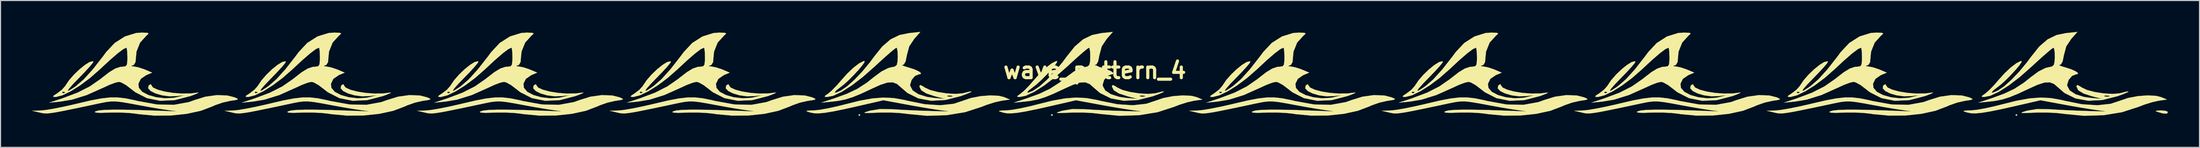
<source format=kicad_pcb>
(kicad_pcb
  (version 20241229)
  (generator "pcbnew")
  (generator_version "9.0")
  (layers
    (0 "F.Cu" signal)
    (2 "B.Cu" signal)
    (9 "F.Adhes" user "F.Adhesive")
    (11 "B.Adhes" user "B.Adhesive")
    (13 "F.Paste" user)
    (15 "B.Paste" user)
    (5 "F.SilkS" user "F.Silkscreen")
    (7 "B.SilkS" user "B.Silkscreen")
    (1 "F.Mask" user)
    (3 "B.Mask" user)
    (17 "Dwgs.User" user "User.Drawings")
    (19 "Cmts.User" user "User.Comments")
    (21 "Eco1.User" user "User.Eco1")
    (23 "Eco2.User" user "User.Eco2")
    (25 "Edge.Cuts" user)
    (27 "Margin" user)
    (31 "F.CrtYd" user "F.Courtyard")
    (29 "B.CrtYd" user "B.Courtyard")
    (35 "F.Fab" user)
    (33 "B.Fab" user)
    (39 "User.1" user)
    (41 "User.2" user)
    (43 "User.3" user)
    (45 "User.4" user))
  (footprint "wave_pattern_4"
    (layer "F.Cu")
    (at 101.151 3.694)
    (property "Reference" "wave_pattern_4" (at 0 0 0) (layer "F.SilkS") (effects (font (size 1.524 1.524) (thickness 0.3))))
    (attr through_hole)
    (fp_poly (pts (xy -22.316 4.264) (xy -22.406 4.354) (xy -22.497 4.264) (xy -22.406 4.173) (xy -22.316 4.264)) (stroke (width 0.01) (type solid)) (fill yes) (layer "F.SilkS"))
    (fp_poly (pts (xy -3.991 4.264) (xy -4.082 4.354) (xy -4.173 4.264) (xy -4.082 4.173) (xy -3.991 4.264)) (stroke (width 0.01) (type solid)) (fill yes) (layer "F.SilkS"))
    (fp_poly (pts (xy 87.811 4.264) (xy 87.721 4.354) (xy 87.63 4.264) (xy 87.721 4.173) (xy 87.811 4.264)) (stroke (width 0.01) (type solid)) (fill yes) (layer "F.SilkS"))
    (fp_poly (pts (xy 101.901 3.859) (xy 102.133 3.959) (xy 102.144 3.991) (xy 102.031 4.137) (xy 101.666 4.111) (xy 101.237 3.991) (xy 100.985 3.897) (xy 101.03 3.851) (xy 101.405 3.83) (xy 101.464 3.828) (xy 101.901 3.859)) (stroke (width 0.01) (type solid)) (fill yes) (layer "F.SilkS"))
    (fp_poly (pts (xy -9.109 2.429) (xy -8.618 2.555) (xy -8.074 2.785) (xy -8.89 2.902) (xy -9.512 3.042) (xy -10.266 3.282) (xy -10.795 3.488) (xy -12.353 3.995) (xy -14.11 4.282) (xy -15.971 4.339) (xy -17.84 4.159) (xy -17.961 4.139) (xy -18.623 4.066) (xy -19.484 4.027) (xy -20.384 4.028) (xy -20.592 4.035) (xy -21.356 4.065) (xy -21.793 4.072) (xy -21.936 4.048) (xy -21.82 3.985) (xy -21.48 3.876) (xy -21.409 3.854) (xy -20.444 3.692) (xy -19.231 3.711) (xy -18.498 3.759) (xy -17.532 3.808) (xy -16.464 3.853) (xy -15.512 3.884) (xy -14.728 3.904) (xy -14.184 3.911) (xy -13.915 3.906) (xy -13.959 3.889) (xy -14.061 3.88) (xy -14.576 3.82) (xy -15.351 3.705) (xy -16.291 3.552) (xy -17.299 3.374) (xy -17.542 3.329) (xy -20.117 2.851) (xy -22.532 3.409) (xy -23.86 3.708) (xy -24.891 3.919) (xy -25.676 4.05) (xy -26.269 4.106) (xy -26.72 4.095) (xy -27.084 4.024) (xy -27.124 4.012) (xy -27.412 3.912) (xy -27.43 3.859) (xy -27.142 3.834) (xy -26.761 3.825) (xy -26.206 3.77) (xy -25.42 3.633) (xy -24.521 3.436) (xy -23.858 3.267) (xy -22.393 2.9) (xy -21.174 2.677) (xy -20.115 2.593) (xy -19.131 2.642) (xy -18.134 2.82) (xy -17.78 2.908) (xy -16.161 3.235) (xy -14.698 3.329) (xy -13.434 3.191) (xy -12.609 2.919) (xy -11.809 2.642) (xy -10.877 2.46) (xy -9.936 2.386) (xy -9.109 2.429)) (stroke (width 0.01) (type solid)) (fill yes) (layer "F.SilkS"))
    (fp_poly (pts (xy 9.215 2.429) (xy 9.706 2.555) (xy 10.251 2.785) (xy 9.434 2.902) (xy 8.812 3.042) (xy 8.058 3.282) (xy 7.529 3.488) (xy 5.972 3.995) (xy 4.215 4.282) (xy 2.354 4.339) (xy 0.484 4.159) (xy 0.363 4.139) (xy -0.298 4.066) (xy -1.16 4.027) (xy -2.06 4.028) (xy -2.268 4.035) (xy -3.032 4.065) (xy -3.469 4.072) (xy -3.611 4.048) (xy -3.496 3.985) (xy -3.156 3.876) (xy -3.084 3.854) (xy -2.119 3.692) (xy -0.907 3.711) (xy -0.174 3.759) (xy 0.792 3.808) (xy 1.86 3.853) (xy 2.812 3.884) (xy 3.596 3.904) (xy 4.141 3.911) (xy 4.409 3.906) (xy 4.365 3.889) (xy 4.264 3.88) (xy 3.749 3.82) (xy 2.973 3.705) (xy 2.033 3.552) (xy 1.025 3.374) (xy 0.782 3.329) (xy -1.793 2.851) (xy -4.207 3.409) (xy -5.536 3.708) (xy -6.567 3.919) (xy -7.352 4.05) (xy -7.944 4.106) (xy -8.396 4.095) (xy -8.76 4.024) (xy -8.799 4.012) (xy -9.088 3.912) (xy -9.106 3.859) (xy -8.818 3.834) (xy -8.436 3.825) (xy -7.881 3.77) (xy -7.096 3.633) (xy -6.197 3.436) (xy -5.534 3.267) (xy -4.069 2.9) (xy -2.85 2.677) (xy -1.791 2.593) (xy -0.806 2.642) (xy 0.19 2.82) (xy 0.544 2.908) (xy 2.163 3.235) (xy 3.627 3.329) (xy 4.89 3.191) (xy 5.715 2.919) (xy 6.515 2.642) (xy 7.447 2.46) (xy 8.388 2.386) (xy 9.215 2.429)) (stroke (width 0.01) (type solid)) (fill yes) (layer "F.SilkS"))
    (fp_poly (pts (xy 101.018 2.429) (xy 101.509 2.555) (xy 102.054 2.785) (xy 101.237 2.902) (xy 100.615 3.042) (xy 99.861 3.282) (xy 99.332 3.488) (xy 97.774 3.995) (xy 96.017 4.282) (xy 94.156 4.339) (xy 92.287 4.159) (xy 92.166 4.139) (xy 91.504 4.066) (xy 90.643 4.027) (xy 89.743 4.028) (xy 89.535 4.035) (xy 88.771 4.065) (xy 88.334 4.072) (xy 88.191 4.048) (xy 88.307 3.985) (xy 88.647 3.876) (xy 88.719 3.854) (xy 89.683 3.692) (xy 90.896 3.711) (xy 91.629 3.759) (xy 92.595 3.808) (xy 93.663 3.853) (xy 94.615 3.884) (xy 95.399 3.904) (xy 95.943 3.911) (xy 96.212 3.906) (xy 96.168 3.889) (xy 96.066 3.88) (xy 95.551 3.82) (xy 94.776 3.705) (xy 93.836 3.552) (xy 92.828 3.374) (xy 92.585 3.329) (xy 90.01 2.851) (xy 87.595 3.409) (xy 86.267 3.708) (xy 85.236 3.919) (xy 84.451 4.05) (xy 83.859 4.106) (xy 83.407 4.095) (xy 83.043 4.024) (xy 83.004 4.012) (xy 82.715 3.912) (xy 82.697 3.859) (xy 82.985 3.834) (xy 83.366 3.825) (xy 83.922 3.77) (xy 84.707 3.633) (xy 85.606 3.436) (xy 86.269 3.267) (xy 87.734 2.9) (xy 88.953 2.677) (xy 90.012 2.593) (xy 90.997 2.642) (xy 91.993 2.82) (xy 92.347 2.908) (xy 93.966 3.235) (xy 95.43 3.329) (xy 96.693 3.191) (xy 97.518 2.919) (xy 98.318 2.642) (xy 99.25 2.46) (xy 100.191 2.386) (xy 101.018 2.429)) (stroke (width 0.01) (type solid)) (fill yes) (layer "F.SilkS"))
    (fp_poly (pts (xy -82.582 2.393) (xy -81.881 2.57) (xy -81.599 2.697) (xy -81.562 2.775) (xy -81.81 2.839) (xy -82.282 2.908) (xy -83.021 3.075) (xy -83.77 3.339) (xy -83.979 3.436) (xy -85.079 3.857) (xy -86.426 4.151) (xy -87.927 4.309) (xy -89.485 4.322) (xy -91.006 4.18) (xy -91.259 4.139) (xy -91.926 4.065) (xy -92.79 4.026) (xy -93.683 4.029) (xy -93.85 4.035) (xy -94.627 4.056) (xy -95.064 4.037) (xy -95.183 3.975) (xy -95.12 3.922) (xy -94.826 3.834) (xy -94.293 3.778) (xy -93.497 3.751) (xy -92.412 3.754) (xy -91.015 3.787) (xy -89.281 3.849) (xy -89.263 3.849) (xy -88.419 3.881) (xy -87.804 3.899) (xy -87.455 3.903) (xy -87.408 3.892) (xy -87.539 3.879) (xy -88.061 3.816) (xy -88.84 3.697) (xy -89.776 3.54) (xy -90.769 3.359) (xy -90.917 3.331) (xy -91.912 3.144) (xy -92.637 3.023) (xy -93.181 2.964) (xy -93.63 2.963) (xy -94.071 3.015) (xy -94.591 3.116) (xy -94.727 3.145) (xy -96.182 3.456) (xy -97.326 3.697) (xy -98.205 3.876) (xy -98.862 4.001) (xy -99.343 4.076) (xy -99.691 4.111) (xy -99.952 4.111) (xy -100.17 4.084) (xy -100.389 4.036) (xy -100.421 4.028) (xy -101.146 3.854) (xy -100.295 3.832) (xy -99.807 3.78) (xy -99.06 3.654) (xy -98.144 3.47) (xy -97.151 3.246) (xy -96.857 3.175) (xy -95.592 2.878) (xy -94.587 2.683) (xy -93.752 2.586) (xy -93.001 2.584) (xy -92.246 2.672) (xy -91.398 2.847) (xy -91.077 2.925) (xy -89.265 3.254) (xy -87.653 3.289) (xy -86.228 3.029) (xy -85.683 2.833) (xy -84.653 2.511) (xy -83.579 2.361) (xy -82.582 2.393)) (stroke (width 0.01) (type solid)) (fill yes) (layer "F.SilkS"))
    (fp_poly (pts (xy -64.257 2.393) (xy -63.557 2.57) (xy -63.275 2.697) (xy -63.238 2.775) (xy -63.486 2.839) (xy -63.957 2.908) (xy -64.697 3.075) (xy -65.446 3.339) (xy -65.655 3.436) (xy -66.754 3.857) (xy -68.102 4.151) (xy -69.602 4.309) (xy -71.161 4.322) (xy -72.682 4.18) (xy -72.934 4.139) (xy -73.602 4.065) (xy -74.465 4.026) (xy -75.358 4.029) (xy -75.526 4.035) (xy -76.303 4.056) (xy -76.74 4.037) (xy -76.859 3.975) (xy -76.796 3.922) (xy -76.502 3.834) (xy -75.969 3.778) (xy -75.172 3.751) (xy -74.088 3.754) (xy -72.691 3.787) (xy -70.956 3.849) (xy -70.939 3.849) (xy -70.095 3.881) (xy -69.48 3.899) (xy -69.131 3.903) (xy -69.084 3.892) (xy -69.215 3.879) (xy -69.737 3.816) (xy -70.516 3.697) (xy -71.451 3.54) (xy -72.445 3.359) (xy -72.593 3.331) (xy -73.587 3.144) (xy -74.313 3.023) (xy -74.857 2.964) (xy -75.306 2.963) (xy -75.747 3.015) (xy -76.267 3.116) (xy -76.403 3.145) (xy -77.857 3.456) (xy -79.002 3.697) (xy -79.88 3.876) (xy -80.538 4.001) (xy -81.018 4.076) (xy -81.367 4.111) (xy -81.628 4.111) (xy -81.845 4.084) (xy -82.064 4.036) (xy -82.096 4.028) (xy -82.822 3.854) (xy -81.971 3.832) (xy -81.483 3.78) (xy -80.736 3.654) (xy -79.82 3.47) (xy -78.827 3.246) (xy -78.533 3.175) (xy -77.268 2.878) (xy -76.262 2.683) (xy -75.428 2.586) (xy -74.677 2.584) (xy -73.921 2.672) (xy -73.074 2.847) (xy -72.753 2.925) (xy -70.941 3.254) (xy -69.329 3.289) (xy -67.904 3.029) (xy -67.359 2.833) (xy -66.329 2.511) (xy -65.254 2.361) (xy -64.257 2.393)) (stroke (width 0.01) (type solid)) (fill yes) (layer "F.SilkS"))
    (fp_poly (pts (xy -45.933 2.393) (xy -45.233 2.57) (xy -44.951 2.697) (xy -44.913 2.775) (xy -45.161 2.839) (xy -45.633 2.908) (xy -46.372 3.075) (xy -47.122 3.339) (xy -47.331 3.436) (xy -48.43 3.857) (xy -49.778 4.151) (xy -51.278 4.309) (xy -52.837 4.322) (xy -54.358 4.18) (xy -54.61 4.139) (xy -55.278 4.065) (xy -56.141 4.026) (xy -57.034 4.029) (xy -57.202 4.035) (xy -57.978 4.056) (xy -58.416 4.037) (xy -58.535 3.975) (xy -58.472 3.922) (xy -58.178 3.834) (xy -57.645 3.778) (xy -56.848 3.751) (xy -55.763 3.754) (xy -54.366 3.787) (xy -52.632 3.849) (xy -52.614 3.849) (xy -51.771 3.881) (xy -51.156 3.899) (xy -50.806 3.903) (xy -50.76 3.892) (xy -50.891 3.879) (xy -51.413 3.816) (xy -52.191 3.697) (xy -53.127 3.54) (xy -54.121 3.359) (xy -54.268 3.331) (xy -55.263 3.144) (xy -55.989 3.023) (xy -56.533 2.964) (xy -56.982 2.963) (xy -57.423 3.015) (xy -57.943 3.116) (xy -58.078 3.145) (xy -59.533 3.456) (xy -60.677 3.697) (xy -61.556 3.876) (xy -62.213 4.001) (xy -62.694 4.076) (xy -63.042 4.111) (xy -63.303 4.111) (xy -63.521 4.084) (xy -63.74 4.036) (xy -63.772 4.028) (xy -64.498 3.854) (xy -63.646 3.832) (xy -63.159 3.78) (xy -62.412 3.654) (xy -61.496 3.47) (xy -60.503 3.246) (xy -60.209 3.175) (xy -58.944 2.878) (xy -57.938 2.683) (xy -57.104 2.586) (xy -56.353 2.584) (xy -55.597 2.672) (xy -54.749 2.847) (xy -54.429 2.925) (xy -52.616 3.254) (xy -51.004 3.289) (xy -49.579 3.029) (xy -49.035 2.833) (xy -48.005 2.511) (xy -46.93 2.361) (xy -45.933 2.393)) (stroke (width 0.01) (type solid)) (fill yes) (layer "F.SilkS"))
    (fp_poly (pts (xy -27.609 2.393) (xy -26.909 2.57) (xy -26.626 2.697) (xy -26.589 2.775) (xy -26.837 2.839) (xy -27.309 2.908) (xy -28.048 3.075) (xy -28.797 3.339) (xy -29.006 3.436) (xy -30.106 3.857) (xy -31.453 4.151) (xy -32.954 4.309) (xy -34.512 4.322) (xy -36.033 4.18) (xy -36.286 4.139) (xy -36.953 4.065) (xy -37.817 4.026) (xy -38.71 4.029) (xy -38.878 4.035) (xy -39.654 4.056) (xy -40.091 4.037) (xy -40.211 3.975) (xy -40.148 3.922) (xy -39.853 3.834) (xy -39.32 3.778) (xy -38.524 3.751) (xy -37.439 3.754) (xy -36.042 3.787) (xy -34.308 3.849) (xy -34.29 3.849) (xy -33.447 3.881) (xy -32.832 3.899) (xy -32.482 3.903) (xy -32.436 3.892) (xy -32.566 3.879) (xy -33.088 3.816) (xy -33.867 3.697) (xy -34.803 3.54) (xy -35.797 3.359) (xy -35.944 3.331) (xy -36.939 3.144) (xy -37.665 3.023) (xy -38.208 2.964) (xy -38.657 2.963) (xy -39.098 3.015) (xy -39.618 3.116) (xy -39.754 3.145) (xy -41.209 3.456) (xy -42.353 3.697) (xy -43.232 3.876) (xy -43.889 4.001) (xy -44.37 4.076) (xy -44.718 4.111) (xy -44.979 4.111) (xy -45.197 4.084) (xy -45.416 4.036) (xy -45.448 4.028) (xy -46.174 3.854) (xy -45.322 3.832) (xy -44.835 3.78) (xy -44.087 3.654) (xy -43.172 3.47) (xy -42.178 3.246) (xy -41.884 3.175) (xy -40.62 2.878) (xy -39.614 2.683) (xy -38.779 2.586) (xy -38.028 2.584) (xy -37.273 2.672) (xy -36.425 2.847) (xy -36.104 2.925) (xy -34.292 3.254) (xy -32.68 3.289) (xy -31.255 3.029) (xy -30.71 2.833) (xy -29.68 2.511) (xy -28.606 2.361) (xy -27.609 2.393)) (stroke (width 0.01) (type solid)) (fill yes) (layer "F.SilkS"))
    (fp_poly (pts (xy 27.545 2.393) (xy 28.246 2.57) (xy 28.528 2.697) (xy 28.565 2.775) (xy 28.317 2.839) (xy 27.845 2.908) (xy 27.106 3.075) (xy 26.357 3.339) (xy 26.148 3.436) (xy 25.049 3.857) (xy 23.701 4.151) (xy 22.2 4.309) (xy 20.642 4.322) (xy 19.121 4.18) (xy 18.869 4.139) (xy 18.201 4.065) (xy 17.338 4.026) (xy 16.445 4.029) (xy 16.277 4.035) (xy 15.5 4.056) (xy 15.063 4.037) (xy 14.944 3.975) (xy 15.007 3.922) (xy 15.301 3.834) (xy 15.834 3.778) (xy 16.631 3.751) (xy 17.715 3.754) (xy 19.112 3.787) (xy 20.846 3.849) (xy 20.864 3.849) (xy 21.708 3.881) (xy 22.323 3.899) (xy 22.672 3.903) (xy 22.719 3.892) (xy 22.588 3.879) (xy 22.066 3.816) (xy 21.287 3.697) (xy 20.351 3.54) (xy 19.358 3.359) (xy 19.21 3.331) (xy 18.215 3.144) (xy 17.49 3.023) (xy 16.946 2.964) (xy 16.497 2.963) (xy 16.056 3.015) (xy 15.536 3.116) (xy 15.4 3.145) (xy 13.946 3.456) (xy 12.801 3.697) (xy 11.923 3.876) (xy 11.265 4.001) (xy 10.785 4.076) (xy 10.436 4.111) (xy 10.175 4.111) (xy 9.958 4.084) (xy 9.739 4.036) (xy 9.706 4.028) (xy 8.981 3.854) (xy 9.832 3.832) (xy 10.32 3.78) (xy 11.067 3.654) (xy 11.983 3.47) (xy 12.976 3.246) (xy 13.27 3.175) (xy 14.535 2.878) (xy 15.54 2.683) (xy 16.375 2.586) (xy 17.126 2.584) (xy 17.881 2.672) (xy 18.729 2.847) (xy 19.05 2.925) (xy 20.862 3.254) (xy 22.474 3.289) (xy 23.899 3.029) (xy 24.444 2.833) (xy 25.474 2.511) (xy 26.548 2.361) (xy 27.545 2.393)) (stroke (width 0.01) (type solid)) (fill yes) (layer "F.SilkS"))
    (fp_poly (pts (xy 45.87 2.393) (xy 46.57 2.57) (xy 46.852 2.697) (xy 46.889 2.775) (xy 46.642 2.839) (xy 46.17 2.908) (xy 45.43 3.075) (xy 44.681 3.339) (xy 44.472 3.436) (xy 43.373 3.857) (xy 42.025 4.151) (xy 40.525 4.309) (xy 38.966 4.322) (xy 37.445 4.18) (xy 37.193 4.139) (xy 36.525 4.065) (xy 35.662 4.026) (xy 34.769 4.029) (xy 34.601 4.035) (xy 33.824 4.056) (xy 33.387 4.037) (xy 33.268 3.975) (xy 33.331 3.922) (xy 33.625 3.834) (xy 34.158 3.778) (xy 34.955 3.751) (xy 36.04 3.754) (xy 37.437 3.787) (xy 39.171 3.849) (xy 39.189 3.849) (xy 40.032 3.881) (xy 40.647 3.899) (xy 40.997 3.903) (xy 41.043 3.892) (xy 40.912 3.879) (xy 40.39 3.816) (xy 39.612 3.697) (xy 38.676 3.54) (xy 37.682 3.359) (xy 37.534 3.331) (xy 36.54 3.144) (xy 35.814 3.023) (xy 35.27 2.964) (xy 34.821 2.963) (xy 34.38 3.015) (xy 33.86 3.116) (xy 33.724 3.145) (xy 32.27 3.456) (xy 31.125 3.697) (xy 30.247 3.876) (xy 29.59 4.001) (xy 29.109 4.076) (xy 28.76 4.111) (xy 28.5 4.111) (xy 28.282 4.084) (xy 28.063 4.036) (xy 28.031 4.028) (xy 27.305 3.854) (xy 28.157 3.832) (xy 28.644 3.78) (xy 29.391 3.654) (xy 30.307 3.47) (xy 31.3 3.246) (xy 31.594 3.175) (xy 32.859 2.878) (xy 33.865 2.683) (xy 34.699 2.586) (xy 35.45 2.584) (xy 36.206 2.672) (xy 37.053 2.847) (xy 37.374 2.925) (xy 39.186 3.254) (xy 40.799 3.289) (xy 42.223 3.029) (xy 42.768 2.833) (xy 43.798 2.511) (xy 44.873 2.361) (xy 45.87 2.393)) (stroke (width 0.01) (type solid)) (fill yes) (layer "F.SilkS"))
    (fp_poly (pts (xy 64.194 2.393) (xy 64.894 2.57) (xy 65.177 2.697) (xy 65.214 2.775) (xy 64.966 2.839) (xy 64.494 2.908) (xy 63.755 3.075) (xy 63.005 3.339) (xy 62.797 3.436) (xy 61.697 3.857) (xy 60.35 4.151) (xy 58.849 4.309) (xy 57.291 4.322) (xy 55.769 4.18) (xy 55.517 4.139) (xy 54.849 4.065) (xy 53.986 4.026) (xy 53.093 4.029) (xy 52.925 4.035) (xy 52.149 4.056) (xy 51.711 4.037) (xy 51.592 3.975) (xy 51.655 3.922) (xy 51.949 3.834) (xy 52.483 3.778) (xy 53.279 3.751) (xy 54.364 3.754) (xy 55.761 3.787) (xy 57.495 3.849) (xy 57.513 3.849) (xy 58.356 3.881) (xy 58.971 3.899) (xy 59.321 3.903) (xy 59.367 3.892) (xy 59.236 3.879) (xy 58.714 3.816) (xy 57.936 3.697) (xy 57 3.54) (xy 56.006 3.359) (xy 55.859 3.331) (xy 54.864 3.144) (xy 54.138 3.023) (xy 53.595 2.964) (xy 53.146 2.963) (xy 52.705 3.015) (xy 52.185 3.116) (xy 52.049 3.145) (xy 50.594 3.456) (xy 49.45 3.697) (xy 48.571 3.876) (xy 47.914 4.001) (xy 47.433 4.076) (xy 47.085 4.111) (xy 46.824 4.111) (xy 46.606 4.084) (xy 46.387 4.036) (xy 46.355 4.028) (xy 45.629 3.854) (xy 46.481 3.832) (xy 46.968 3.78) (xy 47.715 3.654) (xy 48.631 3.47) (xy 49.625 3.246) (xy 49.918 3.175) (xy 51.183 2.878) (xy 52.189 2.683) (xy 53.023 2.586) (xy 53.775 2.584) (xy 54.53 2.672) (xy 55.378 2.847) (xy 55.699 2.925) (xy 57.511 3.254) (xy 59.123 3.289) (xy 60.548 3.029) (xy 61.092 2.833) (xy 62.122 2.511) (xy 63.197 2.361) (xy 64.194 2.393)) (stroke (width 0.01) (type solid)) (fill yes) (layer "F.SilkS"))
    (fp_poly (pts (xy 82.518 2.393) (xy 83.219 2.57) (xy 83.501 2.697) (xy 83.538 2.775) (xy 83.29 2.839) (xy 82.818 2.908) (xy 82.079 3.075) (xy 81.33 3.339) (xy 81.121 3.436) (xy 80.021 3.857) (xy 78.674 4.151) (xy 77.173 4.309) (xy 75.615 4.322) (xy 74.094 4.18) (xy 73.841 4.139) (xy 73.174 4.065) (xy 72.31 4.026) (xy 71.417 4.029) (xy 71.25 4.035) (xy 70.473 4.056) (xy 70.036 4.037) (xy 69.917 3.975) (xy 69.98 3.922) (xy 70.274 3.834) (xy 70.807 3.778) (xy 71.603 3.751) (xy 72.688 3.754) (xy 74.085 3.787) (xy 75.819 3.849) (xy 75.837 3.849) (xy 76.681 3.881) (xy 77.296 3.899) (xy 77.645 3.903) (xy 77.692 3.892) (xy 77.561 3.879) (xy 77.039 3.816) (xy 76.26 3.697) (xy 75.324 3.54) (xy 74.331 3.359) (xy 74.183 3.331) (xy 73.188 3.144) (xy 72.463 3.023) (xy 71.919 2.964) (xy 71.47 2.963) (xy 71.029 3.015) (xy 70.509 3.116) (xy 70.373 3.145) (xy 68.918 3.456) (xy 67.774 3.697) (xy 66.895 3.876) (xy 66.238 4.001) (xy 65.757 4.076) (xy 65.409 4.111) (xy 65.148 4.111) (xy 64.93 4.084) (xy 64.711 4.036) (xy 64.679 4.028) (xy 63.954 3.854) (xy 64.805 3.832) (xy 65.293 3.78) (xy 66.04 3.654) (xy 66.956 3.47) (xy 67.949 3.246) (xy 68.243 3.175) (xy 69.508 2.878) (xy 70.513 2.683) (xy 71.348 2.586) (xy 72.099 2.584) (xy 72.854 2.672) (xy 73.702 2.847) (xy 74.023 2.925) (xy 75.835 3.254) (xy 77.447 3.289) (xy 78.872 3.029) (xy 79.417 2.833) (xy 80.447 2.511) (xy 81.521 2.361) (xy 82.518 2.393)) (stroke (width 0.01) (type solid)) (fill yes) (layer "F.SilkS"))
    (fp_poly (pts (xy -17.184 -3.025) (xy -17.661 -2.305) (xy -17.888 -1.453) (xy -17.888 -1.452) (xy -18.005 -0.862) (xy -18.17 -0.578) (xy -18.302 -0.532) (xy -18.318 -0.485) (xy -18.044 -0.379) (xy -17.724 -0.285) (xy -17.169 -0.105) (xy -16.756 0.086) (xy -16.541 0.249) (xy -16.583 0.349) (xy -16.718 0.363) (xy -17.109 0.52) (xy -17.43 0.897) (xy -17.573 1.354) (xy -17.568 1.473) (xy -17.328 1.916) (xy -16.781 2.277) (xy -15.979 2.529) (xy -15.325 2.624) (xy -14.242 2.721) (xy -15.152 2.486) (xy -14.038 2.486) (xy -13.789 2.511) (xy -13.531 2.483) (xy -13.562 2.42) (xy -13.933 2.396) (xy -14.015 2.42) (xy -14.038 2.486) (xy -15.152 2.486) (xy -15.188 2.477) (xy -16.024 2.202) (xy -16.518 1.893) (xy -16.691 1.538) (xy -16.691 1.514) (xy -16.619 1.391) (xy -16.366 1.505) (xy -16.192 1.627) (xy -15.683 1.869) (xy -14.94 2.064) (xy -14.092 2.195) (xy -13.266 2.244) (xy -12.592 2.192) (xy -12.464 2.161) (xy -11.934 2.025) (xy -11.728 2.005) (xy -11.83 2.088) (xy -12.226 2.259) (xy -12.781 2.463) (xy -14.228 2.83) (xy -15.574 2.899) (xy -16.784 2.673) (xy -17.822 2.159) (xy -18.404 1.656) (xy -18.809 1.3) (xy -19.228 1.133) (xy -19.736 1.157) (xy -20.407 1.375) (xy -21.222 1.746) (xy -22.246 2.226) (xy -23.055 2.558) (xy -23.75 2.776) (xy -24.431 2.911) (xy -24.97 2.977) (xy -26.035 3.082) (xy -24.765 2.661) (xy -23.558 2.218) (xy -22.584 1.749) (xy -21.714 1.185) (xy -21.032 0.64) (xy -20.302 0.097) (xy -19.654 -0.23) (xy -19.419 -0.292) (xy -19.036 -0.373) (xy -18.843 -0.526) (xy -18.77 -0.855) (xy -18.75 -1.286) (xy -18.763 -1.798) (xy -18.826 -2.12) (xy -18.879 -2.177) (xy -19.06 -2.059) (xy -19.452 -1.734) (xy -20.004 -1.247) (xy -20.665 -0.642) (xy -20.951 -0.375) (xy -22.076 0.62) (xy -23.135 1.435) (xy -24.087 2.044) (xy -24.892 2.42) (xy -25.474 2.539) (xy -25.706 2.519) (xy -25.664 2.422) (xy -25.382 2.221) (xy -25.026 1.918) (xy -24.555 1.433) (xy -24.101 0.907) (xy -23.533 0.271) (xy -22.944 -0.283) (xy -22.408 -0.692) (xy -21.999 -0.896) (xy -21.916 -0.907) (xy -21.917 -0.793) (xy -22.123 -0.491) (xy -22.477 -0.066) (xy -22.921 0.418) (xy -23.396 0.9) (xy -23.846 1.314) (xy -24.166 1.567) (xy -24.61 1.909) (xy -24.766 2.103) (xy -24.635 2.125) (xy -24.217 1.95) (xy -24.155 1.918) (xy -23.565 1.514) (xy -22.857 0.875) (xy -22.102 0.074) (xy -21.374 -0.813) (xy -21.024 -1.291) (xy -20.229 -2.291) (xy -19.435 -2.977) (xy -18.576 -3.394) (xy -17.68 -3.577) (xy -16.601 -3.689) (xy -17.184 -3.025)) (stroke (width 0.01) (type solid)) (fill yes) (layer "F.SilkS"))
    (fp_poly (pts (xy 1.14 -3.025) (xy 0.663 -2.305) (xy 0.437 -1.453) (xy 0.437 -1.452) (xy 0.32 -0.862) (xy 0.154 -0.578) (xy 0.022 -0.532) (xy 0.007 -0.485) (xy 0.281 -0.379) (xy 0.601 -0.285) (xy 1.155 -0.105) (xy 1.568 0.086) (xy 1.783 0.249) (xy 1.741 0.349) (xy 1.607 0.363) (xy 1.216 0.52) (xy 0.895 0.897) (xy 0.751 1.354) (xy 0.756 1.473) (xy 0.996 1.916) (xy 1.543 2.277) (xy 2.346 2.529) (xy 3 2.624) (xy 4.082 2.721) (xy 3.173 2.486) (xy 4.286 2.486) (xy 4.536 2.511) (xy 4.793 2.483) (xy 4.763 2.42) (xy 4.391 2.396) (xy 4.309 2.42) (xy 4.286 2.486) (xy 3.173 2.486) (xy 3.136 2.477) (xy 2.3 2.202) (xy 1.806 1.893) (xy 1.633 1.538) (xy 1.633 1.514) (xy 1.705 1.391) (xy 1.958 1.505) (xy 2.132 1.627) (xy 2.641 1.869) (xy 3.384 2.064) (xy 4.233 2.195) (xy 5.058 2.244) (xy 5.733 2.192) (xy 5.86 2.161) (xy 6.39 2.025) (xy 6.596 2.005) (xy 6.494 2.088) (xy 6.098 2.259) (xy 5.544 2.463) (xy 4.096 2.83) (xy 2.75 2.899) (xy 1.541 2.673) (xy 0.502 2.159) (xy -0.079 1.656) (xy -0.485 1.3) (xy -0.904 1.133) (xy -1.412 1.157) (xy -2.082 1.375) (xy -2.898 1.746) (xy -3.922 2.226) (xy -4.731 2.558) (xy -5.426 2.776) (xy -6.107 2.911) (xy -6.646 2.977) (xy -7.711 3.082) (xy -6.441 2.661) (xy -5.234 2.218) (xy -4.259 1.749) (xy -3.39 1.185) (xy -2.708 0.64) (xy -1.977 0.097) (xy -1.33 -0.23) (xy -1.095 -0.292) (xy -0.712 -0.373) (xy -0.519 -0.526) (xy -0.446 -0.855) (xy -0.426 -1.286) (xy -0.439 -1.798) (xy -0.502 -2.12) (xy -0.554 -2.177) (xy -0.735 -2.059) (xy -1.127 -1.734) (xy -1.679 -1.247) (xy -2.341 -0.642) (xy -2.626 -0.375) (xy -3.752 0.62) (xy -4.811 1.435) (xy -5.763 2.044) (xy -6.568 2.42) (xy -7.15 2.539) (xy -7.382 2.519) (xy -7.339 2.422) (xy -7.058 2.221) (xy -6.701 1.918) (xy -6.231 1.433) (xy -5.777 0.907) (xy -5.209 0.271) (xy -4.619 -0.283) (xy -4.083 -0.692) (xy -3.675 -0.896) (xy -3.591 -0.907) (xy -3.593 -0.793) (xy -3.799 -0.491) (xy -4.153 -0.066) (xy -4.596 0.418) (xy -5.072 0.9) (xy -5.522 1.314) (xy -5.842 1.567) (xy -6.286 1.909) (xy -6.442 2.103) (xy -6.31 2.125) (xy -5.893 1.95) (xy -5.831 1.918) (xy -5.241 1.514) (xy -4.533 0.875) (xy -3.778 0.074) (xy -3.049 -0.813) (xy -2.7 -1.291) (xy -1.905 -2.291) (xy -1.11 -2.977) (xy -0.252 -3.394) (xy 0.645 -3.577) (xy 1.723 -3.689) (xy 1.14 -3.025)) (stroke (width 0.01) (type solid)) (fill yes) (layer "F.SilkS"))
    (fp_poly (pts (xy 92.943 -3.025) (xy 92.466 -2.305) (xy 92.24 -1.453) (xy 92.239 -1.452) (xy 92.122 -0.862) (xy 91.957 -0.578) (xy 91.825 -0.532) (xy 91.809 -0.485) (xy 92.083 -0.379) (xy 92.404 -0.285) (xy 92.958 -0.105) (xy 93.371 0.086) (xy 93.586 0.249) (xy 93.544 0.349) (xy 93.409 0.363) (xy 93.019 0.52) (xy 92.697 0.897) (xy 92.554 1.354) (xy 92.559 1.473) (xy 92.799 1.916) (xy 93.346 2.277) (xy 94.148 2.529) (xy 94.803 2.624) (xy 95.885 2.721) (xy 94.976 2.486) (xy 96.089 2.486) (xy 96.339 2.511) (xy 96.596 2.483) (xy 96.565 2.42) (xy 96.194 2.396) (xy 96.112 2.42) (xy 96.089 2.486) (xy 94.976 2.486) (xy 94.939 2.477) (xy 94.103 2.202) (xy 93.609 1.893) (xy 93.436 1.538) (xy 93.436 1.514) (xy 93.508 1.391) (xy 93.761 1.505) (xy 93.935 1.627) (xy 94.444 1.869) (xy 95.187 2.064) (xy 96.036 2.195) (xy 96.861 2.244) (xy 97.536 2.192) (xy 97.663 2.161) (xy 98.193 2.025) (xy 98.399 2.005) (xy 98.297 2.088) (xy 97.901 2.259) (xy 97.346 2.463) (xy 95.899 2.83) (xy 94.553 2.899) (xy 93.343 2.673) (xy 92.305 2.159) (xy 91.724 1.656) (xy 91.318 1.3) (xy 90.899 1.133) (xy 90.391 1.157) (xy 89.721 1.375) (xy 88.905 1.746) (xy 87.881 2.226) (xy 87.072 2.558) (xy 86.377 2.776) (xy 85.696 2.911) (xy 85.157 2.977) (xy 84.092 3.082) (xy 85.362 2.661) (xy 86.569 2.218) (xy 87.544 1.749) (xy 88.413 1.185) (xy 89.095 0.64) (xy 89.826 0.097) (xy 90.473 -0.23) (xy 90.708 -0.292) (xy 91.091 -0.373) (xy 91.284 -0.526) (xy 91.357 -0.855) (xy 91.377 -1.286) (xy 91.364 -1.798) (xy 91.301 -2.12) (xy 91.248 -2.177) (xy 91.068 -2.059) (xy 90.676 -1.734) (xy 90.123 -1.247) (xy 89.462 -0.642) (xy 89.176 -0.375) (xy 88.051 0.62) (xy 86.992 1.435) (xy 86.04 2.044) (xy 85.235 2.42) (xy 84.653 2.539) (xy 84.421 2.519) (xy 84.463 2.422) (xy 84.745 2.221) (xy 85.102 1.918) (xy 85.572 1.433) (xy 86.026 0.907) (xy 86.594 0.271) (xy 87.183 -0.283) (xy 87.72 -0.692) (xy 88.128 -0.896) (xy 88.212 -0.907) (xy 88.21 -0.793) (xy 88.004 -0.491) (xy 87.65 -0.066) (xy 87.207 0.418) (xy 86.731 0.9) (xy 86.281 1.314) (xy 85.961 1.567) (xy 85.517 1.909) (xy 85.361 2.103) (xy 85.493 2.125) (xy 85.91 1.95) (xy 85.972 1.918) (xy 86.562 1.514) (xy 87.27 0.875) (xy 88.025 0.074) (xy 88.753 -0.813) (xy 89.103 -1.291) (xy 89.898 -2.291) (xy 90.693 -2.977) (xy 91.551 -3.394) (xy 92.448 -3.577) (xy 93.526 -3.689) (xy 92.943 -3.025)) (stroke (width 0.01) (type solid)) (fill yes) (layer "F.SilkS"))
    (fp_poly (pts (xy -90.236 -3.609) (xy -90.059 -3.558) (xy -90.138 -3.439) (xy -90.246 -3.353) (xy -90.866 -2.669) (xy -91.208 -1.811) (xy -91.257 -1.329) (xy -91.303 -0.799) (xy -91.458 -0.54) (xy -91.576 -0.488) (xy -91.734 -0.422) (xy -91.544 -0.388) (xy -91.48 -0.384) (xy -91.041 -0.3) (xy -90.491 -0.119) (xy -90.391 -0.078) (xy -89.716 0.207) (xy -90.289 0.45) (xy -90.799 0.804) (xy -91.029 1.272) (xy -90.985 1.662) (xy -90.664 2.043) (xy -90.077 2.352) (xy -89.319 2.566) (xy -88.483 2.663) (xy -87.663 2.618) (xy -87.358 2.555) (xy -86.632 2.365) (xy -87.415 2.456) (xy -88.104 2.471) (xy -88.787 2.377) (xy -89.393 2.2) (xy -89.853 1.969) (xy -90.098 1.711) (xy -90.057 1.453) (xy -90.034 1.427) (xy -89.843 1.311) (xy -89.807 1.395) (xy -89.639 1.631) (xy -89.185 1.843) (xy -88.525 2.02) (xy -87.734 2.147) (xy -86.892 2.213) (xy -86.075 2.203) (xy -85.453 2.125) (xy -85.303 2.118) (xy -85.46 2.21) (xy -85.889 2.382) (xy -86.078 2.451) (xy -87.567 2.838) (xy -88.955 2.903) (xy -90.217 2.649) (xy -91.329 2.079) (xy -91.705 1.782) (xy -92.203 1.401) (xy -92.655 1.149) (xy -92.879 1.089) (xy -93.232 1.168) (xy -93.783 1.376) (xy -94.393 1.658) (xy -95.944 2.354) (xy -97.345 2.792) (xy -98.455 2.978) (xy -99.514 3.082) (xy -98.244 2.661) (xy -96.82 2.123) (xy -95.653 1.528) (xy -94.636 0.819) (xy -94.524 0.728) (xy -93.793 0.159) (xy -93.231 -0.183) (xy -92.761 -0.341) (xy -92.495 -0.363) (xy -92.245 -0.399) (xy -92.12 -0.565) (xy -92.077 -0.954) (xy -92.074 -1.271) (xy -92.09 -1.788) (xy -92.135 -2.116) (xy -92.169 -2.177) (xy -92.467 -2.043) (xy -92.998 -1.642) (xy -93.757 -0.982) (xy -94.707 -0.095) (xy -95.63 0.717) (xy -96.573 1.426) (xy -97.472 1.993) (xy -98.263 2.376) (xy -98.883 2.537) (xy -98.953 2.539) (xy -99.152 2.511) (xy -99.076 2.397) (xy -98.754 2.186) (xy -98.584 2.056) (xy -98.274 2.056) (xy -98.249 2.164) (xy -98.153 2.177) (xy -98.004 2.111) (xy -98.032 2.056) (xy -98.247 2.034) (xy -98.274 2.056) (xy -98.584 2.056) (xy -98.306 1.843) (xy -97.987 1.478) (xy -97.968 1.445) (xy -97.629 0.938) (xy -97.162 0.401) (xy -96.636 -0.107) (xy -96.117 -0.528) (xy -95.673 -0.805) (xy -95.37 -0.878) (xy -95.312 -0.848) (xy -95.396 -0.693) (xy -95.689 -0.339) (xy -96.143 0.157) (xy -96.587 0.617) (xy -97.246 1.3) (xy -97.636 1.744) (xy -97.758 1.95) (xy -97.612 1.92) (xy -97.201 1.657) (xy -96.951 1.48) (xy -96.219 0.841) (xy -95.366 -0.105) (xy -94.381 -1.37) (xy -94.101 -1.755) (xy -93.285 -2.63) (xy -92.309 -3.254) (xy -91.254 -3.583) (xy -90.724 -3.623) (xy -90.236 -3.609)) (stroke (width 0.01) (type solid)) (fill yes) (layer "F.SilkS"))
    (fp_poly (pts (xy -71.912 -3.609) (xy -71.734 -3.558) (xy -71.813 -3.439) (xy -71.922 -3.353) (xy -72.542 -2.669) (xy -72.884 -1.811) (xy -72.933 -1.329) (xy -72.978 -0.799) (xy -73.134 -0.54) (xy -73.252 -0.488) (xy -73.409 -0.422) (xy -73.22 -0.388) (xy -73.155 -0.384) (xy -72.716 -0.3) (xy -72.167 -0.119) (xy -72.067 -0.078) (xy -71.392 0.207) (xy -71.964 0.45) (xy -72.475 0.804) (xy -72.704 1.272) (xy -72.661 1.662) (xy -72.34 2.043) (xy -71.753 2.352) (xy -70.995 2.566) (xy -70.158 2.663) (xy -69.339 2.618) (xy -69.034 2.555) (xy -68.308 2.365) (xy -69.09 2.456) (xy -69.78 2.471) (xy -70.463 2.377) (xy -71.069 2.2) (xy -71.529 1.969) (xy -71.773 1.711) (xy -71.733 1.453) (xy -71.71 1.427) (xy -71.519 1.311) (xy -71.483 1.395) (xy -71.314 1.631) (xy -70.861 1.843) (xy -70.2 2.02) (xy -69.41 2.147) (xy -68.567 2.213) (xy -67.751 2.203) (xy -67.129 2.125) (xy -66.979 2.118) (xy -67.136 2.21) (xy -67.565 2.382) (xy -67.754 2.451) (xy -69.242 2.838) (xy -70.63 2.903) (xy -71.893 2.649) (xy -73.005 2.079) (xy -73.381 1.782) (xy -73.879 1.401) (xy -74.33 1.149) (xy -74.555 1.089) (xy -74.908 1.168) (xy -75.458 1.376) (xy -76.068 1.658) (xy -77.62 2.354) (xy -79.021 2.792) (xy -80.131 2.978) (xy -81.189 3.082) (xy -79.919 2.661) (xy -78.496 2.123) (xy -77.328 1.528) (xy -76.312 0.819) (xy -76.2 0.728) (xy -75.469 0.159) (xy -74.906 -0.183) (xy -74.436 -0.341) (xy -74.171 -0.363) (xy -73.921 -0.399) (xy -73.796 -0.565) (xy -73.753 -0.954) (xy -73.749 -1.271) (xy -73.766 -1.788) (xy -73.81 -2.116) (xy -73.845 -2.177) (xy -74.142 -2.043) (xy -74.674 -1.642) (xy -75.432 -0.982) (xy -76.383 -0.095) (xy -77.306 0.717) (xy -78.248 1.426) (xy -79.148 1.993) (xy -79.939 2.376) (xy -80.559 2.537) (xy -80.629 2.539) (xy -80.828 2.511) (xy -80.752 2.397) (xy -80.43 2.186) (xy -80.26 2.056) (xy -79.95 2.056) (xy -79.925 2.164) (xy -79.829 2.177) (xy -79.679 2.111) (xy -79.708 2.056) (xy -79.923 2.034) (xy -79.95 2.056) (xy -80.26 2.056) (xy -79.982 1.843) (xy -79.662 1.478) (xy -79.644 1.445) (xy -79.304 0.938) (xy -78.838 0.401) (xy -78.312 -0.107) (xy -77.793 -0.528) (xy -77.348 -0.805) (xy -77.045 -0.878) (xy -76.988 -0.848) (xy -77.071 -0.693) (xy -77.365 -0.339) (xy -77.819 0.157) (xy -78.263 0.617) (xy -78.922 1.3) (xy -79.312 1.744) (xy -79.433 1.95) (xy -79.288 1.92) (xy -78.876 1.657) (xy -78.626 1.48) (xy -77.895 0.841) (xy -77.042 -0.105) (xy -76.057 -1.37) (xy -75.776 -1.755) (xy -74.96 -2.63) (xy -73.985 -3.254) (xy -72.93 -3.583) (xy -72.4 -3.623) (xy -71.912 -3.609)) (stroke (width 0.01) (type solid)) (fill yes) (layer "F.SilkS"))
    (fp_poly (pts (xy -53.588 -3.609) (xy -53.41 -3.558) (xy -53.489 -3.439) (xy -53.598 -3.353) (xy -54.217 -2.669) (xy -54.559 -1.811) (xy -54.609 -1.329) (xy -54.654 -0.799) (xy -54.809 -0.54) (xy -54.928 -0.488) (xy -55.085 -0.422) (xy -54.895 -0.388) (xy -54.831 -0.384) (xy -54.392 -0.3) (xy -53.843 -0.119) (xy -53.742 -0.078) (xy -53.068 0.207) (xy -53.64 0.45) (xy -54.15 0.804) (xy -54.38 1.272) (xy -54.336 1.662) (xy -54.015 2.043) (xy -53.429 2.352) (xy -52.67 2.566) (xy -51.834 2.663) (xy -51.014 2.618) (xy -50.709 2.555) (xy -49.984 2.365) (xy -50.766 2.456) (xy -51.456 2.471) (xy -52.139 2.377) (xy -52.745 2.2) (xy -53.205 1.969) (xy -53.449 1.711) (xy -53.408 1.453) (xy -53.385 1.427) (xy -53.194 1.311) (xy -53.159 1.395) (xy -52.99 1.631) (xy -52.537 1.843) (xy -51.876 2.02) (xy -51.086 2.147) (xy -50.243 2.213) (xy -49.427 2.203) (xy -48.804 2.125) (xy -48.654 2.118) (xy -48.812 2.21) (xy -49.241 2.382) (xy -49.429 2.451) (xy -50.918 2.838) (xy -52.306 2.903) (xy -53.569 2.649) (xy -54.681 2.079) (xy -55.057 1.782) (xy -55.555 1.401) (xy -56.006 1.149) (xy -56.231 1.089) (xy -56.584 1.168) (xy -57.134 1.376) (xy -57.744 1.658) (xy -59.296 2.354) (xy -60.697 2.792) (xy -61.807 2.978) (xy -62.865 3.082) (xy -61.595 2.661) (xy -60.171 2.123) (xy -59.004 1.528) (xy -57.988 0.819) (xy -57.876 0.728) (xy -57.144 0.159) (xy -56.582 -0.183) (xy -56.112 -0.341) (xy -55.847 -0.363) (xy -55.596 -0.399) (xy -55.472 -0.565) (xy -55.429 -0.954) (xy -55.425 -1.271) (xy -55.442 -1.788) (xy -55.486 -2.116) (xy -55.521 -2.177) (xy -55.818 -2.043) (xy -56.349 -1.642) (xy -57.108 -0.982) (xy -58.059 -0.095) (xy -58.981 0.717) (xy -59.924 1.426) (xy -60.823 1.993) (xy -61.615 2.376) (xy -62.235 2.537) (xy -62.304 2.539) (xy -62.503 2.511) (xy -62.428 2.397) (xy -62.106 2.186) (xy -61.936 2.056) (xy -61.625 2.056) (xy -61.6 2.164) (xy -61.504 2.177) (xy -61.355 2.111) (xy -61.383 2.056) (xy -61.599 2.034) (xy -61.625 2.056) (xy -61.936 2.056) (xy -61.657 1.843) (xy -61.338 1.478) (xy -61.319 1.445) (xy -60.98 0.938) (xy -60.514 0.401) (xy -59.988 -0.107) (xy -59.469 -0.528) (xy -59.024 -0.805) (xy -58.721 -0.878) (xy -58.663 -0.848) (xy -58.747 -0.693) (xy -59.04 -0.339) (xy -59.494 0.157) (xy -59.938 0.617) (xy -60.597 1.3) (xy -60.987 1.744) (xy -61.109 1.95) (xy -60.964 1.92) (xy -60.552 1.657) (xy -60.302 1.48) (xy -59.571 0.841) (xy -58.718 -0.105) (xy -57.733 -1.37) (xy -57.452 -1.755) (xy -56.636 -2.63) (xy -55.661 -3.254) (xy -54.606 -3.583) (xy -54.075 -3.623) (xy -53.588 -3.609)) (stroke (width 0.01) (type solid)) (fill yes) (layer "F.SilkS"))
    (fp_poly (pts (xy -35.264 -3.609) (xy -35.086 -3.558) (xy -35.165 -3.439) (xy -35.273 -3.353) (xy -35.893 -2.669) (xy -36.235 -1.811) (xy -36.285 -1.329) (xy -36.33 -0.799) (xy -36.485 -0.54) (xy -36.603 -0.488) (xy -36.761 -0.422) (xy -36.571 -0.388) (xy -36.507 -0.384) (xy -36.068 -0.3) (xy -35.519 -0.119) (xy -35.418 -0.078) (xy -34.744 0.207) (xy -35.316 0.45) (xy -35.826 0.804) (xy -36.056 1.272) (xy -36.012 1.662) (xy -35.691 2.043) (xy -35.104 2.352) (xy -34.346 2.566) (xy -33.51 2.663) (xy -32.69 2.618) (xy -32.385 2.555) (xy -31.659 2.365) (xy -32.442 2.456) (xy -33.132 2.471) (xy -33.814 2.377) (xy -34.42 2.2) (xy -34.88 1.969) (xy -35.125 1.711) (xy -35.084 1.453) (xy -35.061 1.427) (xy -34.87 1.311) (xy -34.834 1.395) (xy -34.666 1.631) (xy -34.212 1.843) (xy -33.552 2.02) (xy -32.761 2.147) (xy -31.919 2.213) (xy -31.102 2.203) (xy -30.48 2.125) (xy -30.33 2.118) (xy -30.487 2.21) (xy -30.916 2.382) (xy -31.105 2.451) (xy -32.594 2.838) (xy -33.982 2.903) (xy -35.245 2.649) (xy -36.357 2.079) (xy -36.733 1.782) (xy -37.23 1.401) (xy -37.682 1.149) (xy -37.906 1.089) (xy -38.259 1.168) (xy -38.81 1.376) (xy -39.42 1.658) (xy -40.971 2.354) (xy -42.372 2.792) (xy -43.483 2.978) (xy -44.541 3.082) (xy -43.271 2.661) (xy -41.847 2.123) (xy -40.68 1.528) (xy -39.663 0.819) (xy -39.551 0.728) (xy -38.82 0.159) (xy -38.258 -0.183) (xy -37.788 -0.341) (xy -37.522 -0.363) (xy -37.272 -0.399) (xy -37.147 -0.565) (xy -37.105 -0.954) (xy -37.101 -1.271) (xy -37.118 -1.788) (xy -37.162 -2.116) (xy -37.196 -2.177) (xy -37.494 -2.043) (xy -38.025 -1.642) (xy -38.784 -0.982) (xy -39.735 -0.095) (xy -40.657 0.717) (xy -41.6 1.426) (xy -42.499 1.993) (xy -43.291 2.376) (xy -43.91 2.537) (xy -43.98 2.539) (xy -44.179 2.511) (xy -44.104 2.397) (xy -43.781 2.186) (xy -43.612 2.056) (xy -43.301 2.056) (xy -43.276 2.164) (xy -43.18 2.177) (xy -43.031 2.111) (xy -43.059 2.056) (xy -43.274 2.034) (xy -43.301 2.056) (xy -43.612 2.056) (xy -43.333 1.843) (xy -43.014 1.478) (xy -42.995 1.445) (xy -42.656 0.938) (xy -42.19 0.401) (xy -41.663 -0.107) (xy -41.144 -0.528) (xy -40.7 -0.805) (xy -40.397 -0.878) (xy -40.339 -0.848) (xy -40.423 -0.693) (xy -40.716 -0.339) (xy -41.17 0.157) (xy -41.614 0.617) (xy -42.273 1.3) (xy -42.663 1.744) (xy -42.785 1.95) (xy -42.639 1.92) (xy -42.228 1.657) (xy -41.978 1.48) (xy -41.246 0.841) (xy -40.393 -0.105) (xy -39.409 -1.37) (xy -39.128 -1.755) (xy -38.312 -2.63) (xy -37.337 -3.254) (xy -36.281 -3.583) (xy -35.751 -3.623) (xy -35.264 -3.609)) (stroke (width 0.01) (type solid)) (fill yes) (layer "F.SilkS"))
    (fp_poly (pts (xy 19.891 -3.609) (xy 20.069 -3.558) (xy 19.989 -3.439) (xy 19.881 -3.353) (xy 19.261 -2.669) (xy 18.919 -1.811) (xy 18.87 -1.329) (xy 18.824 -0.799) (xy 18.669 -0.54) (xy 18.551 -0.488) (xy 18.393 -0.422) (xy 18.583 -0.388) (xy 18.648 -0.384) (xy 19.087 -0.3) (xy 19.636 -0.119) (xy 19.736 -0.078) (xy 20.411 0.207) (xy 19.838 0.45) (xy 19.328 0.804) (xy 19.098 1.272) (xy 19.142 1.662) (xy 19.463 2.043) (xy 20.05 2.352) (xy 20.808 2.566) (xy 21.644 2.663) (xy 22.464 2.618) (xy 22.769 2.555) (xy 23.495 2.365) (xy 22.713 2.456) (xy 22.023 2.471) (xy 21.34 2.377) (xy 20.734 2.2) (xy 20.274 1.969) (xy 20.03 1.711) (xy 20.07 1.453) (xy 20.093 1.427) (xy 20.284 1.311) (xy 20.32 1.395) (xy 20.488 1.631) (xy 20.942 1.843) (xy 21.603 2.02) (xy 22.393 2.147) (xy 23.235 2.213) (xy 24.052 2.203) (xy 24.674 2.125) (xy 24.824 2.118) (xy 24.667 2.21) (xy 24.238 2.382) (xy 24.049 2.451) (xy 22.561 2.838) (xy 21.172 2.903) (xy 19.91 2.649) (xy 18.798 2.079) (xy 18.422 1.782) (xy 17.924 1.401) (xy 17.473 1.149) (xy 17.248 1.089) (xy 16.895 1.168) (xy 16.345 1.376) (xy 15.735 1.658) (xy 14.183 2.354) (xy 12.782 2.792) (xy 11.672 2.978) (xy 10.614 3.082) (xy 11.884 2.661) (xy 13.307 2.123) (xy 14.474 1.528) (xy 15.491 0.819) (xy 15.603 0.728) (xy 16.334 0.159) (xy 16.897 -0.183) (xy 17.366 -0.341) (xy 17.632 -0.363) (xy 17.882 -0.399) (xy 18.007 -0.565) (xy 18.05 -0.954) (xy 18.053 -1.271) (xy 18.037 -1.788) (xy 17.993 -2.116) (xy 17.958 -2.177) (xy 17.661 -2.043) (xy 17.129 -1.642) (xy 16.371 -0.982) (xy 15.42 -0.095) (xy 14.497 0.717) (xy 13.555 1.426) (xy 12.655 1.993) (xy 11.864 2.376) (xy 11.244 2.537) (xy 11.174 2.539) (xy 10.975 2.511) (xy 11.051 2.397) (xy 11.373 2.186) (xy 11.543 2.056) (xy 11.853 2.056) (xy 11.878 2.164) (xy 11.974 2.177) (xy 12.124 2.111) (xy 12.095 2.056) (xy 11.88 2.034) (xy 11.853 2.056) (xy 11.543 2.056) (xy 11.821 1.843) (xy 12.14 1.478) (xy 12.159 1.445) (xy 12.498 0.938) (xy 12.965 0.401) (xy 13.491 -0.107) (xy 14.01 -0.528) (xy 14.454 -0.805) (xy 14.757 -0.878) (xy 14.815 -0.848) (xy 14.732 -0.693) (xy 14.438 -0.339) (xy 13.984 0.157) (xy 13.54 0.617) (xy 12.881 1.3) (xy 12.491 1.744) (xy 12.369 1.95) (xy 12.515 1.92) (xy 12.926 1.657) (xy 13.177 1.48) (xy 13.908 0.841) (xy 14.761 -0.105) (xy 15.746 -1.37) (xy 16.026 -1.755) (xy 16.842 -2.63) (xy 17.818 -3.254) (xy 18.873 -3.583) (xy 19.403 -3.623) (xy 19.891 -3.609)) (stroke (width 0.01) (type solid)) (fill yes) (layer "F.SilkS"))
    (fp_poly (pts (xy 38.215 -3.609) (xy 38.393 -3.558) (xy 38.314 -3.439) (xy 38.205 -3.353) (xy 37.585 -2.669) (xy 37.244 -1.811) (xy 37.194 -1.329) (xy 37.149 -0.799) (xy 36.993 -0.54) (xy 36.875 -0.488) (xy 36.718 -0.422) (xy 36.908 -0.388) (xy 36.972 -0.384) (xy 37.411 -0.3) (xy 37.96 -0.119) (xy 38.06 -0.078) (xy 38.735 0.207) (xy 38.163 0.45) (xy 37.652 0.804) (xy 37.423 1.272) (xy 37.467 1.662) (xy 37.788 2.043) (xy 38.374 2.352) (xy 39.133 2.566) (xy 39.969 2.663) (xy 40.788 2.618) (xy 41.094 2.555) (xy 41.819 2.365) (xy 41.037 2.456) (xy 40.347 2.471) (xy 39.664 2.377) (xy 39.058 2.2) (xy 38.598 1.969) (xy 38.354 1.711) (xy 38.395 1.453) (xy 38.417 1.427) (xy 38.609 1.311) (xy 38.644 1.395) (xy 38.813 1.631) (xy 39.266 1.843) (xy 39.927 2.02) (xy 40.717 2.147) (xy 41.56 2.213) (xy 42.376 2.203) (xy 42.999 2.125) (xy 43.149 2.118) (xy 42.991 2.21) (xy 42.562 2.382) (xy 42.374 2.451) (xy 40.885 2.838) (xy 39.497 2.903) (xy 38.234 2.649) (xy 37.122 2.079) (xy 36.746 1.782) (xy 36.248 1.401) (xy 35.797 1.149) (xy 35.572 1.089) (xy 35.219 1.168) (xy 34.669 1.376) (xy 34.059 1.658) (xy 32.507 2.354) (xy 31.106 2.792) (xy 29.996 2.978) (xy 28.938 3.082) (xy 30.208 2.661) (xy 31.632 2.123) (xy 32.799 1.528) (xy 33.815 0.819) (xy 33.927 0.728) (xy 34.659 0.159) (xy 35.221 -0.183) (xy 35.691 -0.341) (xy 35.956 -0.363) (xy 36.206 -0.399) (xy 36.331 -0.565) (xy 36.374 -0.954) (xy 36.378 -1.271) (xy 36.361 -1.788) (xy 36.317 -2.116) (xy 36.282 -2.177) (xy 35.985 -2.043) (xy 35.453 -1.642) (xy 34.695 -0.982) (xy 33.744 -0.095) (xy 32.822 0.717) (xy 31.879 1.426) (xy 30.98 1.993) (xy 30.188 2.376) (xy 29.568 2.537) (xy 29.499 2.539) (xy 29.3 2.511) (xy 29.375 2.397) (xy 29.697 2.186) (xy 29.867 2.056) (xy 30.178 2.056) (xy 30.203 2.164) (xy 30.299 2.177) (xy 30.448 2.111) (xy 30.42 2.056) (xy 30.204 2.034) (xy 30.178 2.056) (xy 29.867 2.056) (xy 30.145 1.843) (xy 30.465 1.478) (xy 30.483 1.445) (xy 30.823 0.938) (xy 31.289 0.401) (xy 31.815 -0.107) (xy 32.334 -0.528) (xy 32.779 -0.805) (xy 33.082 -0.878) (xy 33.14 -0.848) (xy 33.056 -0.693) (xy 32.763 -0.339) (xy 32.309 0.157) (xy 31.864 0.617) (xy 31.205 1.3) (xy 30.816 1.744) (xy 30.694 1.95) (xy 30.839 1.92) (xy 31.251 1.657) (xy 31.501 1.48) (xy 32.232 0.841) (xy 33.085 -0.105) (xy 34.07 -1.37) (xy 34.351 -1.755) (xy 35.167 -2.63) (xy 36.142 -3.254) (xy 37.197 -3.583) (xy 37.727 -3.623) (xy 38.215 -3.609)) (stroke (width 0.01) (type solid)) (fill yes) (layer "F.SilkS"))
    (fp_poly (pts (xy 56.539 -3.609) (xy 56.717 -3.558) (xy 56.638 -3.439) (xy 56.53 -3.353) (xy 55.91 -2.669) (xy 55.568 -1.811) (xy 55.518 -1.329) (xy 55.473 -0.799) (xy 55.318 -0.54) (xy 55.2 -0.488) (xy 55.042 -0.422) (xy 55.232 -0.388) (xy 55.296 -0.384) (xy 55.735 -0.3) (xy 56.284 -0.119) (xy 56.385 -0.078) (xy 57.059 0.207) (xy 56.487 0.45) (xy 55.977 0.804) (xy 55.747 1.272) (xy 55.791 1.662) (xy 56.112 2.043) (xy 56.699 2.352) (xy 57.457 2.566) (xy 58.293 2.663) (xy 59.113 2.618) (xy 59.418 2.555) (xy 60.144 2.365) (xy 59.361 2.456) (xy 58.671 2.471) (xy 57.989 2.377) (xy 57.382 2.2) (xy 56.923 1.969) (xy 56.678 1.711) (xy 56.719 1.453) (xy 56.742 1.427) (xy 56.933 1.311) (xy 56.969 1.395) (xy 57.137 1.631) (xy 57.59 1.843) (xy 58.251 2.02) (xy 59.042 2.147) (xy 59.884 2.213) (xy 60.701 2.203) (xy 61.323 2.125) (xy 61.473 2.118) (xy 61.315 2.21) (xy 60.887 2.382) (xy 60.698 2.451) (xy 59.209 2.838) (xy 57.821 2.903) (xy 56.558 2.649) (xy 55.446 2.079) (xy 55.07 1.782) (xy 54.573 1.401) (xy 54.121 1.149) (xy 53.897 1.089) (xy 53.544 1.168) (xy 52.993 1.376) (xy 52.383 1.658) (xy 50.832 2.354) (xy 49.43 2.792) (xy 48.32 2.978) (xy 47.262 3.082) (xy 48.532 2.661) (xy 49.956 2.123) (xy 51.123 1.528) (xy 52.14 0.819) (xy 52.251 0.728) (xy 52.983 0.159) (xy 53.545 -0.183) (xy 54.015 -0.341) (xy 54.281 -0.363) (xy 54.531 -0.399) (xy 54.656 -0.565) (xy 54.698 -0.954) (xy 54.702 -1.271) (xy 54.685 -1.788) (xy 54.641 -2.116) (xy 54.606 -2.177) (xy 54.309 -2.043) (xy 53.778 -1.642) (xy 53.019 -0.982) (xy 52.068 -0.095) (xy 51.146 0.717) (xy 50.203 1.426) (xy 49.304 1.993) (xy 48.512 2.376) (xy 47.892 2.537) (xy 47.823 2.539) (xy 47.624 2.511) (xy 47.699 2.397) (xy 48.022 2.186) (xy 48.191 2.056) (xy 48.502 2.056) (xy 48.527 2.164) (xy 48.623 2.177) (xy 48.772 2.111) (xy 48.744 2.056) (xy 48.528 2.034) (xy 48.502 2.056) (xy 48.191 2.056) (xy 48.47 1.843) (xy 48.789 1.478) (xy 48.808 1.445) (xy 49.147 0.938) (xy 49.613 0.401) (xy 50.139 -0.107) (xy 50.658 -0.528) (xy 51.103 -0.805) (xy 51.406 -0.878) (xy 51.464 -0.848) (xy 51.38 -0.693) (xy 51.087 -0.339) (xy 50.633 0.157) (xy 50.189 0.617) (xy 49.53 1.3) (xy 49.14 1.744) (xy 49.018 1.95) (xy 49.163 1.92) (xy 49.575 1.657) (xy 49.825 1.48) (xy 50.556 0.841) (xy 51.41 -0.105) (xy 52.394 -1.37) (xy 52.675 -1.755) (xy 53.491 -2.63) (xy 54.466 -3.254) (xy 55.522 -3.583) (xy 56.052 -3.623) (xy 56.539 -3.609)) (stroke (width 0.01) (type solid)) (fill yes) (layer "F.SilkS"))
    (fp_poly (pts (xy 74.864 -3.609) (xy 75.041 -3.558) (xy 74.962 -3.439) (xy 74.854 -3.353) (xy 74.234 -2.669) (xy 73.892 -1.811) (xy 73.843 -1.329) (xy 73.797 -0.799) (xy 73.642 -0.54) (xy 73.524 -0.488) (xy 73.366 -0.422) (xy 73.556 -0.388) (xy 73.62 -0.384) (xy 74.059 -0.3) (xy 74.609 -0.119) (xy 74.709 -0.078) (xy 75.384 0.207) (xy 74.811 0.45) (xy 74.301 0.804) (xy 74.071 1.272) (xy 74.115 1.662) (xy 74.436 2.043) (xy 75.023 2.352) (xy 75.781 2.566) (xy 76.617 2.663) (xy 77.437 2.618) (xy 77.742 2.555) (xy 78.468 2.365) (xy 77.685 2.456) (xy 76.996 2.471) (xy 76.313 2.377) (xy 75.707 2.2) (xy 75.247 1.969) (xy 75.002 1.711) (xy 75.043 1.453) (xy 75.066 1.427) (xy 75.257 1.311) (xy 75.293 1.395) (xy 75.461 1.631) (xy 75.915 1.843) (xy 76.575 2.02) (xy 77.366 2.147) (xy 78.208 2.213) (xy 79.025 2.203) (xy 79.647 2.125) (xy 79.797 2.118) (xy 79.64 2.21) (xy 79.211 2.382) (xy 79.022 2.451) (xy 77.533 2.838) (xy 76.145 2.903) (xy 74.883 2.649) (xy 73.771 2.079) (xy 73.395 1.782) (xy 72.897 1.401) (xy 72.445 1.149) (xy 72.221 1.089) (xy 71.868 1.168) (xy 71.317 1.376) (xy 70.707 1.658) (xy 69.156 2.354) (xy 67.755 2.792) (xy 66.645 2.978) (xy 65.586 3.082) (xy 66.856 2.661) (xy 68.28 2.123) (xy 69.447 1.528) (xy 70.464 0.819) (xy 70.576 0.728) (xy 71.307 0.159) (xy 71.869 -0.183) (xy 72.339 -0.341) (xy 72.605 -0.363) (xy 72.855 -0.399) (xy 72.98 -0.565) (xy 73.023 -0.954) (xy 73.026 -1.271) (xy 73.01 -1.788) (xy 72.965 -2.116) (xy 72.931 -2.177) (xy 72.633 -2.043) (xy 72.102 -1.642) (xy 71.343 -0.982) (xy 70.392 -0.095) (xy 69.47 0.717) (xy 68.527 1.426) (xy 67.628 1.993) (xy 66.837 2.376) (xy 66.217 2.537) (xy 66.147 2.539) (xy 65.948 2.511) (xy 66.024 2.397) (xy 66.346 2.186) (xy 66.516 2.056) (xy 66.826 2.056) (xy 66.851 2.164) (xy 66.947 2.177) (xy 67.096 2.111) (xy 67.068 2.056) (xy 66.853 2.034) (xy 66.826 2.056) (xy 66.516 2.056) (xy 66.794 1.843) (xy 67.113 1.478) (xy 67.132 1.445) (xy 67.471 0.938) (xy 67.938 0.401) (xy 68.464 -0.107) (xy 68.983 -0.528) (xy 69.427 -0.805) (xy 69.73 -0.878) (xy 69.788 -0.848) (xy 69.704 -0.693) (xy 69.411 -0.339) (xy 68.957 0.157) (xy 68.513 0.617) (xy 67.854 1.3) (xy 67.464 1.744) (xy 67.342 1.95) (xy 67.488 1.92) (xy 67.899 1.657) (xy 68.149 1.48) (xy 68.881 0.841) (xy 69.734 -0.105) (xy 70.719 -1.37) (xy 70.999 -1.755) (xy 71.815 -2.63) (xy 72.791 -3.254) (xy 73.846 -3.583) (xy 74.376 -3.623) (xy 74.864 -3.609)) (stroke (width 0.01) (type solid)) (fill yes) (layer "F.SilkS")))
  (gr_rect
    (start -3 -3)
    (end 206.301 11.053)
    (stroke (width 0.1) (type default))
    (fill no)
    (layer "Edge.Cuts")))
</source>
